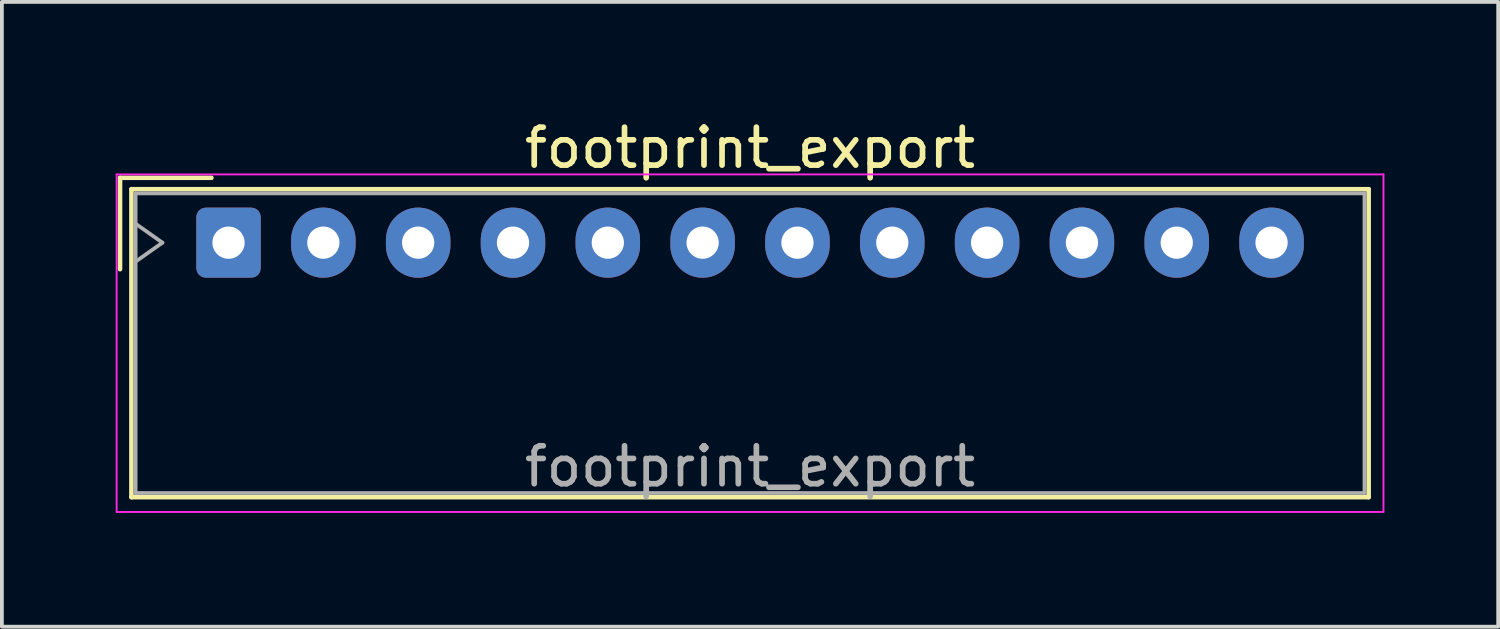
<source format=kicad_pcb>
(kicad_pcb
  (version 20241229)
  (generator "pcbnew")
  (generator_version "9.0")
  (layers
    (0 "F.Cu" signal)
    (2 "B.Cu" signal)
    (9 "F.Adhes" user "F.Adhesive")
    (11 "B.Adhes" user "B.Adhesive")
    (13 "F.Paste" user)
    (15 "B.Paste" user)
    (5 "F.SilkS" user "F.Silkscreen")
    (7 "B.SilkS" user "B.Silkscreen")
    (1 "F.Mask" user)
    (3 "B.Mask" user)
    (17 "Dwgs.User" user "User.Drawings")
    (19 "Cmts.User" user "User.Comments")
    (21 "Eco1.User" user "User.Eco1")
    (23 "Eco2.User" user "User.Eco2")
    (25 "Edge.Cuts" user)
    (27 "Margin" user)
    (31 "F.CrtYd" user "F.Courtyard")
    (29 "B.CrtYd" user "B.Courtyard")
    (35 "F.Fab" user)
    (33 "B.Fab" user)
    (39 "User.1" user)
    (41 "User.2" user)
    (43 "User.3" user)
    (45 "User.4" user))
  (footprint "footprint_export"
    (layer "F.Cu")
    (at 2.975 3.348)
    (property "Reference" "footprint_export" (at 13.75 -2.5 0) (layer "F.SilkS") (effects (font (size 1 1) (thickness 0.15))))
    (attr through_hole)
    (fp_line (start -2.86 -1.71) (end -0.45 -1.71) (stroke (width 0.12) (type solid)) (layer "F.SilkS"))
    (fp_line (start -2.86 0.7) (end -2.86 -1.71) (stroke (width 0.12) (type solid)) (layer "F.SilkS"))
    (fp_line (start -2.56 -1.41) (end -2.56 6.71) (stroke (width 0.12) (type solid)) (layer "F.SilkS"))
    (fp_line (start -2.56 6.71) (end 30.06 6.71) (stroke (width 0.12) (type solid)) (layer "F.SilkS"))
    (fp_line (start 30.06 -1.41) (end -2.56 -1.41) (stroke (width 0.12) (type solid)) (layer "F.SilkS"))
    (fp_line (start 30.06 6.71) (end 30.06 -1.41) (stroke (width 0.12) (type solid)) (layer "F.SilkS"))
    (fp_line (start -2.95 -1.8) (end -2.95 7.1) (stroke (width 0.05) (type solid)) (layer "F.CrtYd"))
    (fp_line (start -2.95 7.1) (end 30.45 7.1) (stroke (width 0.05) (type solid)) (layer "F.CrtYd"))
    (fp_line (start 30.45 -1.8) (end -2.95 -1.8) (stroke (width 0.05) (type solid)) (layer "F.CrtYd"))
    (fp_line (start 30.45 7.1) (end 30.45 -1.8) (stroke (width 0.05) (type solid)) (layer "F.CrtYd"))
    (fp_line (start -2.45 -1.3) (end -2.45 6.6) (stroke (width 0.1) (type solid)) (layer "F.Fab"))
    (fp_line (start -2.45 0.5) (end -1.743 0) (stroke (width 0.1) (type solid)) (layer "F.Fab"))
    (fp_line (start -2.45 6.6) (end 29.95 6.6) (stroke (width 0.1) (type solid)) (layer "F.Fab"))
    (fp_line (start -1.743 0) (end -2.45 -0.5) (stroke (width 0.1) (type solid)) (layer "F.Fab"))
    (fp_line (start 29.95 -1.3) (end -2.45 -1.3) (stroke (width 0.1) (type solid)) (layer "F.Fab"))
    (fp_line (start 29.95 6.6) (end 29.95 -1.3) (stroke (width 0.1) (type solid)) (layer "F.Fab"))
    (fp_text user "${REFERENCE}" (at 13.75 5.9 0) (layer "F.Fab") (effects (font (size 1 1) (thickness 0.15))))
    (pad "1" thru_hole roundrect (at 0 0) (size 1.7 1.85) (drill 0.85) (layers "*.Cu" "*.Mask") (roundrect_rratio 0.147))
    (pad "2" thru_hole oval (at 2.5 0) (size 1.7 1.85) (drill 0.85) (layers "*.Cu" "*.Mask"))
    (pad "3" thru_hole oval (at 5 0) (size 1.7 1.85) (drill 0.85) (layers "*.Cu" "*.Mask"))
    (pad "4" thru_hole oval (at 7.5 0) (size 1.7 1.85) (drill 0.85) (layers "*.Cu" "*.Mask"))
    (pad "5" thru_hole oval (at 10 0) (size 1.7 1.85) (drill 0.85) (layers "*.Cu" "*.Mask"))
    (pad "6" thru_hole oval (at 12.5 0) (size 1.7 1.85) (drill 0.85) (layers "*.Cu" "*.Mask"))
    (pad "7" thru_hole oval (at 15 0) (size 1.7 1.85) (drill 0.85) (layers "*.Cu" "*.Mask"))
    (pad "8" thru_hole oval (at 17.5 0) (size 1.7 1.85) (drill 0.85) (layers "*.Cu" "*.Mask"))
    (pad "9" thru_hole oval (at 20 0) (size 1.7 1.85) (drill 0.85) (layers "*.Cu" "*.Mask"))
    (pad "10" thru_hole oval (at 22.5 0) (size 1.7 1.85) (drill 0.85) (layers "*.Cu" "*.Mask"))
    (pad "11" thru_hole oval (at 25 0) (size 1.7 1.85) (drill 0.85) (layers "*.Cu" "*.Mask"))
    (pad "12" thru_hole oval (at 27.5 0) (size 1.7 1.85) (drill 0.85) (layers "*.Cu" "*.Mask")))
  (gr_rect
    (start -3 -3)
    (end 36.45 13.473)
    (stroke (width 0.1) (type default))
    (fill no)
    (layer "Edge.Cuts")))
</source>
